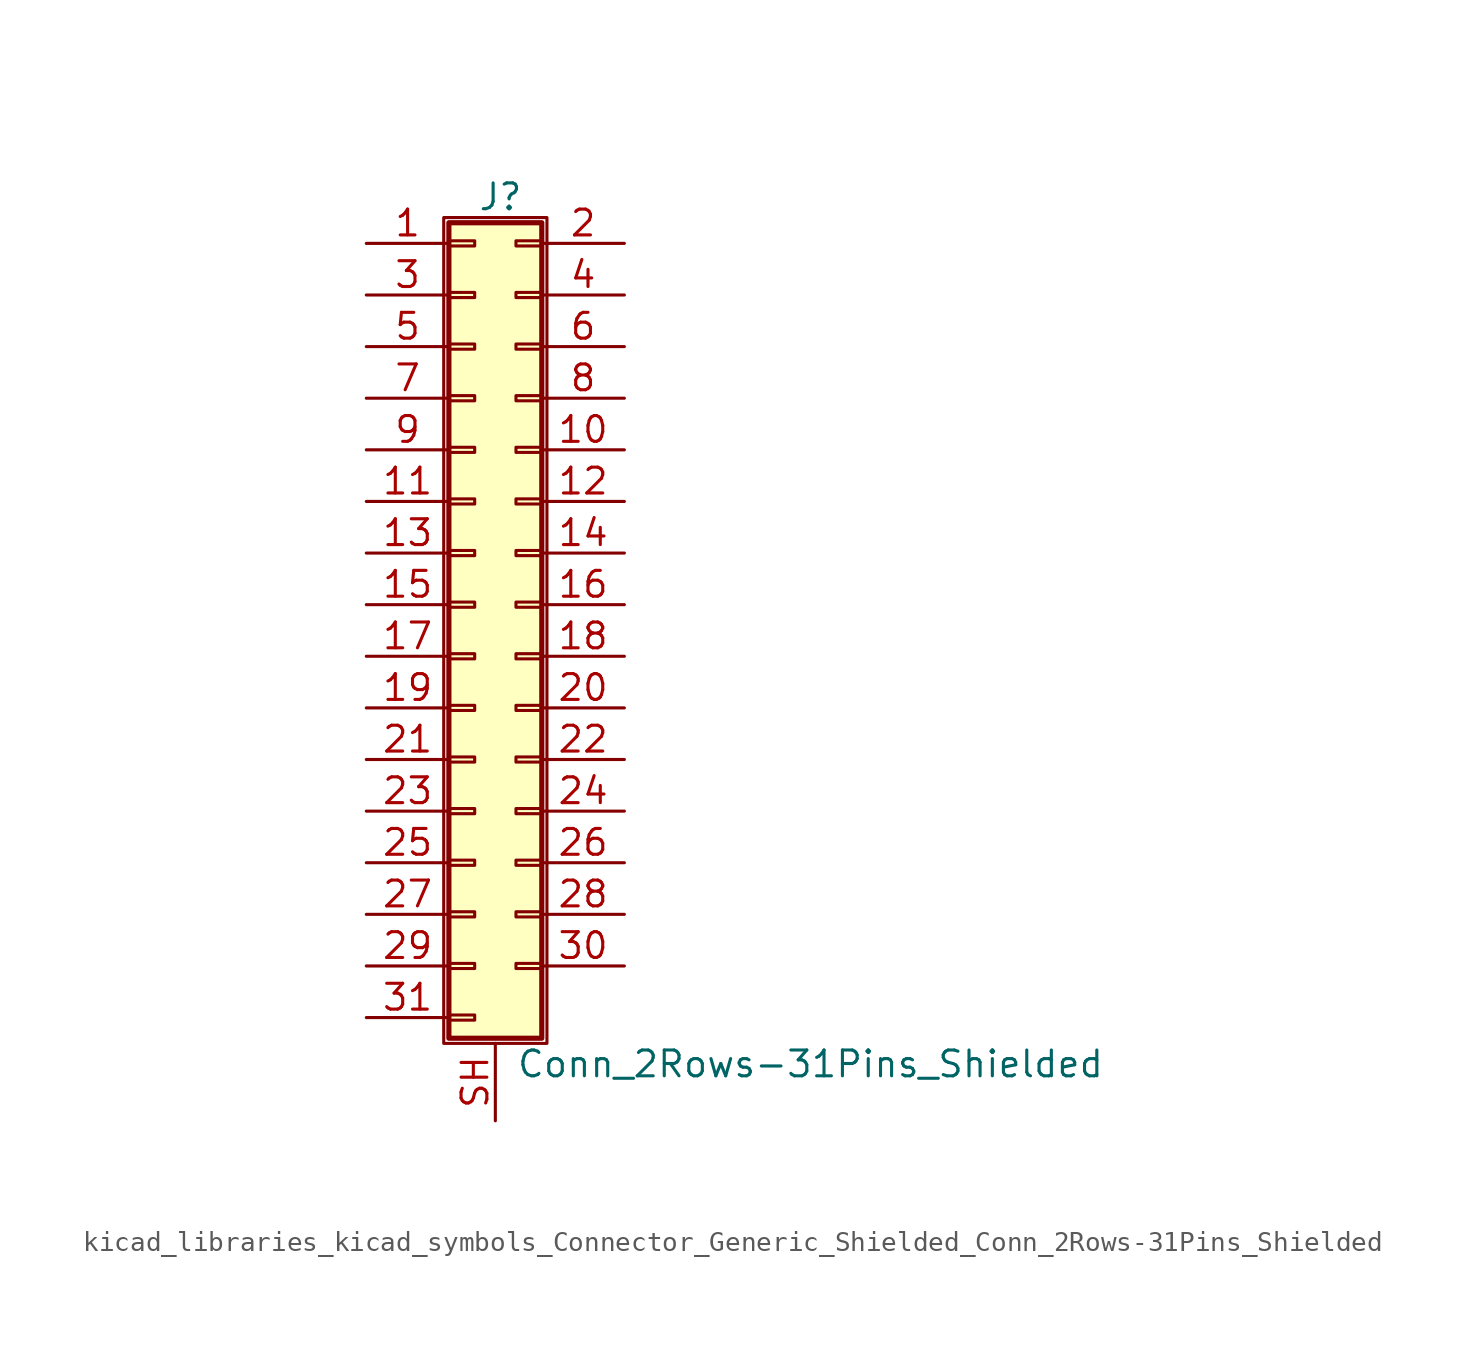
<source format=kicad_sym>
(kicad_symbol_lib
  (version 20220914)
  (generator kicad_symbol_editor)
  (symbol "kicad_libraries_kicad_symbols_Connector_Generic_Shielded_Conn_2Rows-31Pins_Shielded"
    (pin_names
      (offset 1.016) hide)
    (property "Reference" "J"
      (at 1.524 20.066 0)
      (effects (font (size 1.27 1.27))))
    (property "Value" "Conn_2Rows-31Pins_Shielded"
      (at 2.286 -22.606 0)
      (effects (font (size 1.27 1.27)) (justify left)))
    (symbol "kicad_libraries_kicad_symbols_Connector_Generic_Shielded_Conn_2Rows-31Pins_Shielded_1_1"
      (rectangle (start -1.27 19.05) (end 3.81 -21.59) (stroke (width 0.152) (type default)) (fill (type none)))
      (rectangle (start -1.016 -20.193) (end 0.254 -20.447) (stroke (width 0.152) (type default)) (fill (type none)))
      (rectangle (start -1.016 -17.653) (end 0.254 -17.907) (stroke (width 0.152) (type default)) (fill (type none)))
      (rectangle (start -1.016 -15.113) (end 0.254 -15.367) (stroke (width 0.152) (type default)) (fill (type none)))
      (rectangle (start -1.016 -12.573) (end 0.254 -12.827) (stroke (width 0.152) (type default)) (fill (type none)))
      (rectangle (start -1.016 -10.033) (end 0.254 -10.287) (stroke (width 0.152) (type default)) (fill (type none)))
      (rectangle (start -1.016 -7.493) (end 0.254 -7.747) (stroke (width 0.152) (type default)) (fill (type none)))
      (rectangle (start -1.016 -4.953) (end 0.254 -5.207) (stroke (width 0.152) (type default)) (fill (type none)))
      (rectangle (start -1.016 -2.413) (end 0.254 -2.667) (stroke (width 0.152) (type default)) (fill (type none)))
      (rectangle (start -1.016 0.127) (end 0.254 -0.127) (stroke (width 0.152) (type default)) (fill (type none)))
      (rectangle (start -1.016 2.667) (end 0.254 2.413) (stroke (width 0.152) (type default)) (fill (type none)))
      (rectangle (start -1.016 5.207) (end 0.254 4.953) (stroke (width 0.152) (type default)) (fill (type none)))
      (rectangle (start -1.016 7.747) (end 0.254 7.493) (stroke (width 0.152) (type default)) (fill (type none)))
      (rectangle (start -1.016 10.287) (end 0.254 10.033) (stroke (width 0.152) (type default)) (fill (type none)))
      (rectangle (start -1.016 12.827) (end 0.254 12.573) (stroke (width 0.152) (type default)) (fill (type none)))
      (rectangle (start -1.016 15.367) (end 0.254 15.113) (stroke (width 0.152) (type default)) (fill (type none)))
      (rectangle (start -1.016 17.907) (end 0.254 17.653) (stroke (width 0.152) (type default)) (fill (type none)))
      (rectangle (start -1.016 18.796) (end 3.556 -21.336) (stroke (width 0.254) (type default)) (fill (type background)))
      (rectangle (start 3.556 -17.653) (end 2.286 -17.907) (stroke (width 0.152) (type default)) (fill (type none)))
      (rectangle (start 3.556 -15.113) (end 2.286 -15.367) (stroke (width 0.152) (type default)) (fill (type none)))
      (rectangle (start 3.556 -12.573) (end 2.286 -12.827) (stroke (width 0.152) (type default)) (fill (type none)))
      (rectangle (start 3.556 -10.033) (end 2.286 -10.287) (stroke (width 0.152) (type default)) (fill (type none)))
      (rectangle (start 3.556 -7.493) (end 2.286 -7.747) (stroke (width 0.152) (type default)) (fill (type none)))
      (rectangle (start 3.556 -4.953) (end 2.286 -5.207) (stroke (width 0.152) (type default)) (fill (type none)))
      (rectangle (start 3.556 -2.413) (end 2.286 -2.667) (stroke (width 0.152) (type default)) (fill (type none)))
      (rectangle (start 3.556 0.127) (end 2.286 -0.127) (stroke (width 0.152) (type default)) (fill (type none)))
      (rectangle (start 3.556 2.667) (end 2.286 2.413) (stroke (width 0.152) (type default)) (fill (type none)))
      (rectangle (start 3.556 5.207) (end 2.286 4.953) (stroke (width 0.152) (type default)) (fill (type none)))
      (rectangle (start 3.556 7.747) (end 2.286 7.493) (stroke (width 0.152) (type default)) (fill (type none)))
      (rectangle (start 3.556 10.287) (end 2.286 10.033) (stroke (width 0.152) (type default)) (fill (type none)))
      (rectangle (start 3.556 12.827) (end 2.286 12.573) (stroke (width 0.152) (type default)) (fill (type none)))
      (rectangle (start 3.556 15.367) (end 2.286 15.113) (stroke (width 0.152) (type default)) (fill (type none)))
      (rectangle (start 3.556 17.907) (end 2.286 17.653) (stroke (width 0.152) (type default)) (fill (type none)))
      (pin passive line (at -5.08 17.78 0) (length 4.064) (name "Pin_1" (effects (font (size 1.27 1.27)))) (number "1" (effects (font (size 1.27 1.27)))))
      (pin passive line (at 7.62 7.62 180) (length 4.064) (name "Pin_10" (effects (font (size 1.27 1.27)))) (number "10" (effects (font (size 1.27 1.27)))))
      (pin passive line (at -5.08 5.08 0) (length 4.064) (name "Pin_11" (effects (font (size 1.27 1.27)))) (number "11" (effects (font (size 1.27 1.27)))))
      (pin passive line (at 7.62 5.08 180) (length 4.064) (name "Pin_12" (effects (font (size 1.27 1.27)))) (number "12" (effects (font (size 1.27 1.27)))))
      (pin passive line (at -5.08 2.54 0) (length 4.064) (name "Pin_13" (effects (font (size 1.27 1.27)))) (number "13" (effects (font (size 1.27 1.27)))))
      (pin passive line (at 7.62 2.54 180) (length 4.064) (name "Pin_14" (effects (font (size 1.27 1.27)))) (number "14" (effects (font (size 1.27 1.27)))))
      (pin passive line (at -5.08 0 0) (length 4.064) (name "Pin_15" (effects (font (size 1.27 1.27)))) (number "15" (effects (font (size 1.27 1.27)))))
      (pin passive line (at 7.62 0 180) (length 4.064) (name "Pin_16" (effects (font (size 1.27 1.27)))) (number "16" (effects (font (size 1.27 1.27)))))
      (pin passive line (at -5.08 -2.54 0) (length 4.064) (name "Pin_17" (effects (font (size 1.27 1.27)))) (number "17" (effects (font (size 1.27 1.27)))))
      (pin passive line (at 7.62 -2.54 180) (length 4.064) (name "Pin_18" (effects (font (size 1.27 1.27)))) (number "18" (effects (font (size 1.27 1.27)))))
      (pin passive line (at -5.08 -5.08 0) (length 4.064) (name "Pin_19" (effects (font (size 1.27 1.27)))) (number "19" (effects (font (size 1.27 1.27)))))
      (pin passive line (at 7.62 17.78 180) (length 4.064) (name "Pin_2" (effects (font (size 1.27 1.27)))) (number "2" (effects (font (size 1.27 1.27)))))
      (pin passive line (at 7.62 -5.08 180) (length 4.064) (name "Pin_20" (effects (font (size 1.27 1.27)))) (number "20" (effects (font (size 1.27 1.27)))))
      (pin passive line (at -5.08 -7.62 0) (length 4.064) (name "Pin_21" (effects (font (size 1.27 1.27)))) (number "21" (effects (font (size 1.27 1.27)))))
      (pin passive line (at 7.62 -7.62 180) (length 4.064) (name "Pin_22" (effects (font (size 1.27 1.27)))) (number "22" (effects (font (size 1.27 1.27)))))
      (pin passive line (at -5.08 -10.16 0) (length 4.064) (name "Pin_23" (effects (font (size 1.27 1.27)))) (number "23" (effects (font (size 1.27 1.27)))))
      (pin passive line (at 7.62 -10.16 180) (length 4.064) (name "Pin_24" (effects (font (size 1.27 1.27)))) (number "24" (effects (font (size 1.27 1.27)))))
      (pin passive line (at -5.08 -12.7 0) (length 4.064) (name "Pin_25" (effects (font (size 1.27 1.27)))) (number "25" (effects (font (size 1.27 1.27)))))
      (pin passive line (at 7.62 -12.7 180) (length 4.064) (name "Pin_26" (effects (font (size 1.27 1.27)))) (number "26" (effects (font (size 1.27 1.27)))))
      (pin passive line (at -5.08 -15.24 0) (length 4.064) (name "Pin_27" (effects (font (size 1.27 1.27)))) (number "27" (effects (font (size 1.27 1.27)))))
      (pin passive line (at 7.62 -15.24 180) (length 4.064) (name "Pin_28" (effects (font (size 1.27 1.27)))) (number "28" (effects (font (size 1.27 1.27)))))
      (pin passive line (at -5.08 -17.78 0) (length 4.064) (name "Pin_29" (effects (font (size 1.27 1.27)))) (number "29" (effects (font (size 1.27 1.27)))))
      (pin passive line (at -5.08 15.24 0) (length 4.064) (name "Pin_3" (effects (font (size 1.27 1.27)))) (number "3" (effects (font (size 1.27 1.27)))))
      (pin passive line (at 7.62 -17.78 180) (length 4.064) (name "Pin_30" (effects (font (size 1.27 1.27)))) (number "30" (effects (font (size 1.27 1.27)))))
      (pin passive line (at -5.08 -20.32 0) (length 4.064) (name "Pin_31" (effects (font (size 1.27 1.27)))) (number "31" (effects (font (size 1.27 1.27)))))
      (pin passive line (at 7.62 15.24 180) (length 4.064) (name "Pin_4" (effects (font (size 1.27 1.27)))) (number "4" (effects (font (size 1.27 1.27)))))
      (pin passive line (at -5.08 12.7 0) (length 4.064) (name "Pin_5" (effects (font (size 1.27 1.27)))) (number "5" (effects (font (size 1.27 1.27)))))
      (pin passive line (at 7.62 12.7 180) (length 4.064) (name "Pin_6" (effects (font (size 1.27 1.27)))) (number "6" (effects (font (size 1.27 1.27)))))
      (pin passive line (at -5.08 10.16 0) (length 4.064) (name "Pin_7" (effects (font (size 1.27 1.27)))) (number "7" (effects (font (size 1.27 1.27)))))
      (pin passive line (at 7.62 10.16 180) (length 4.064) (name "Pin_8" (effects (font (size 1.27 1.27)))) (number "8" (effects (font (size 1.27 1.27)))))
      (pin passive line (at -5.08 7.62 0) (length 4.064) (name "Pin_9" (effects (font (size 1.27 1.27)))) (number "9" (effects (font (size 1.27 1.27)))))
      (pin passive line (at 1.27 -25.4 90) (length 3.81) (name "Shield" (effects (font (size 1.27 1.27)))) (number "SH" (effects (font (size 1.27 1.27))))))))
</source>
